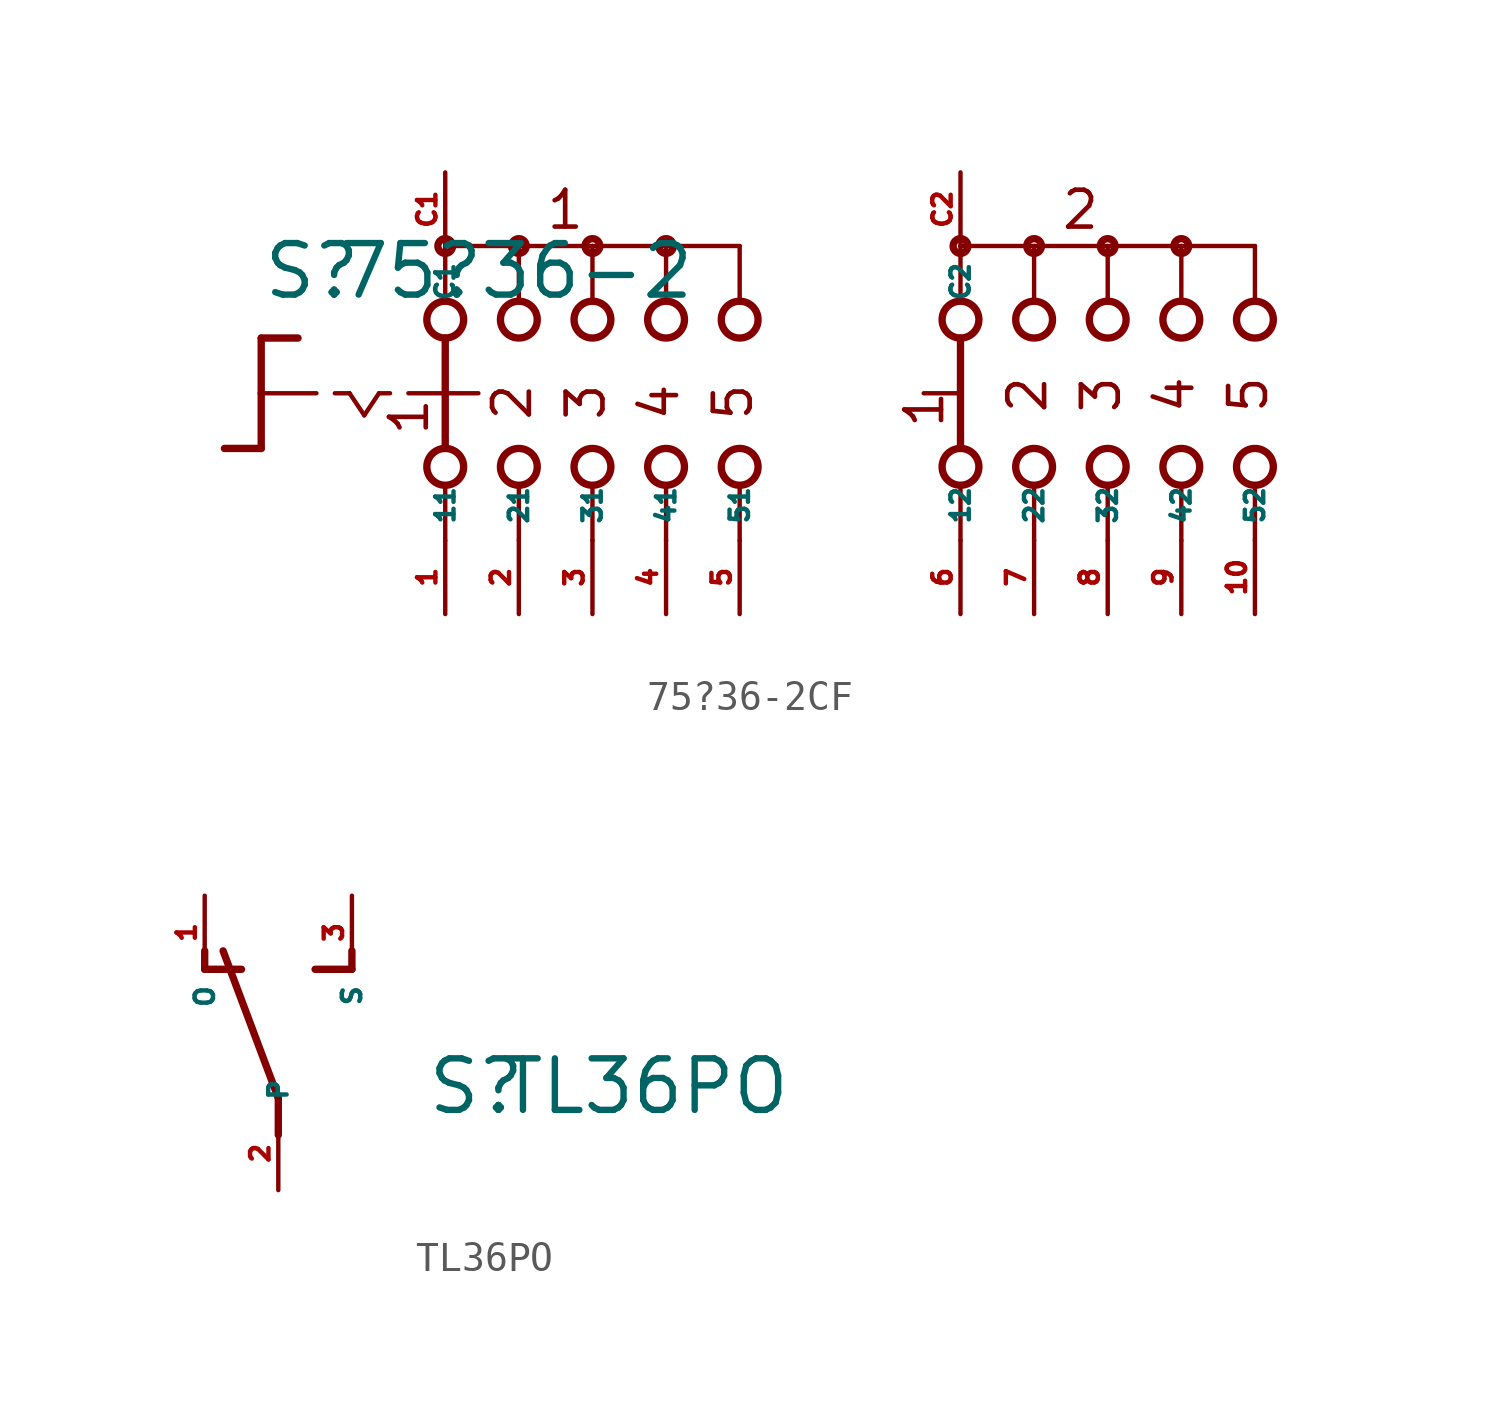
<source format=kicad_sym>
(kicad_symbol_lib
  (version 20220914)
  (generator Eagle2Kicad)
  (symbol "75?36-2CF"
    (property "Reference" "S"
      (at -19.05 3.175 0)
      (effects (font (size 1.778 1.778) (thickness 0.22)) (justify left bottom)))
    (property "Value" "75?36-2"
      (at -16.51 3.175 0)
      (effects (font (size 1.778 1.778) (thickness 0.22)) (justify left bottom)))
    (polyline
      (pts (xy -19.05 1.905) (xy -17.78 1.905))
      (stroke (width 0.254) (type default))
      (fill (type none)))
    (polyline
      (pts (xy -19.05 1.905) (xy -19.05 0))
      (stroke (width 0.254) (type default))
      (fill (type none)))
    (polyline
      (pts (xy -19.05 -1.905) (xy -20.32 -1.905))
      (stroke (width 0.254) (type default))
      (fill (type none)))
    (polyline
      (pts (xy -19.05 0) (xy -17.145 0))
      (stroke (width 0.152) (type default))
      (fill (type none)))
    (polyline
      (pts (xy -19.05 0) (xy -19.05 -1.905))
      (stroke (width 0.254) (type default))
      (fill (type none)))
    (polyline
      (pts (xy -16.51 0) (xy -16.002 0))
      (stroke (width 0.152) (type default))
      (fill (type none)))
    (polyline
      (pts (xy -14.986 0) (xy -14.605 0))
      (stroke (width 0.152) (type default))
      (fill (type none)))
    (polyline
      (pts (xy -16.002 0) (xy -15.494 -0.762))
      (stroke (width 0.152) (type default))
      (fill (type none)))
    (polyline
      (pts (xy -15.494 -0.762) (xy -14.986 0))
      (stroke (width 0.152) (type default))
      (fill (type none)))
    (polyline
      (pts (xy -10.16 3.175) (xy -10.16 5.08))
      (stroke (width 0.152) (type default))
      (fill (type none)))
    (polyline
      (pts (xy -7.62 3.175) (xy -7.62 5.08))
      (stroke (width 0.152) (type default))
      (fill (type none)))
    (polyline
      (pts (xy -5.08 3.175) (xy -5.08 5.08))
      (stroke (width 0.152) (type default))
      (fill (type none)))
    (polyline
      (pts (xy -7.62 5.08) (xy -10.16 5.08))
      (stroke (width 0.152) (type default))
      (fill (type none)))
    (polyline
      (pts (xy -7.62 5.08) (xy -5.08 5.08))
      (stroke (width 0.152) (type default))
      (fill (type none)))
    (polyline
      (pts (xy -2.54 3.175) (xy -2.54 5.08))
      (stroke (width 0.152) (type default))
      (fill (type none)))
    (polyline
      (pts (xy -5.08 5.08) (xy -2.54 5.08))
      (stroke (width 0.152) (type default))
      (fill (type none)))
    (polyline
      (pts (xy -12.7 5.08) (xy -12.7 3.175))
      (stroke (width 0.152) (type default))
      (fill (type none)))
    (polyline
      (pts (xy -10.16 5.08) (xy -12.7 5.08))
      (stroke (width 0.152) (type default))
      (fill (type none)))
    (polyline
      (pts (xy 5.08 3.175) (xy 5.08 5.08))
      (stroke (width 0.152) (type default))
      (fill (type none)))
    (polyline
      (pts (xy 5.08 -5.08) (xy 5.08 -3.175))
      (stroke (width 0.152) (type default))
      (fill (type none)))
    (polyline
      (pts (xy 7.62 3.175) (xy 7.62 5.08))
      (stroke (width 0.152) (type default))
      (fill (type none)))
    (polyline
      (pts (xy 10.16 3.175) (xy 10.16 5.08))
      (stroke (width 0.152) (type default))
      (fill (type none)))
    (polyline
      (pts (xy 12.7 3.175) (xy 12.7 5.08))
      (stroke (width 0.152) (type default))
      (fill (type none)))
    (polyline
      (pts (xy 15.24 3.175) (xy 15.24 5.08))
      (stroke (width 0.152) (type default))
      (fill (type none)))
    (polyline
      (pts (xy 5.08 5.08) (xy 7.62 5.08))
      (stroke (width 0.152) (type default))
      (fill (type none)))
    (polyline
      (pts (xy 7.62 5.08) (xy 10.16 5.08))
      (stroke (width 0.152) (type default))
      (fill (type none)))
    (polyline
      (pts (xy 10.16 5.08) (xy 12.7 5.08))
      (stroke (width 0.152) (type default))
      (fill (type none)))
    (polyline
      (pts (xy 12.7 5.08) (xy 15.24 5.08))
      (stroke (width 0.152) (type default))
      (fill (type none)))
    (polyline
      (pts (xy 7.62 -5.08) (xy 7.62 -3.175))
      (stroke (width 0.152) (type default))
      (fill (type none)))
    (polyline
      (pts (xy 10.16 -5.08) (xy 10.16 -3.175))
      (stroke (width 0.152) (type default))
      (fill (type none)))
    (polyline
      (pts (xy 12.7 -5.08) (xy 12.7 -3.175))
      (stroke (width 0.152) (type default))
      (fill (type none)))
    (polyline
      (pts (xy 15.24 -5.08) (xy 15.24 -3.175))
      (stroke (width 0.152) (type default))
      (fill (type none)))
    (polyline
      (pts (xy 5.08 1.905) (xy 5.08 -1.905))
      (stroke (width 0.254) (type default))
      (fill (type none)))
    (polyline
      (pts (xy 3.81 0) (xy 4.953 0))
      (stroke (width 0.152) (type default))
      (fill (type none)))
    (polyline
      (pts (xy -13.97 0) (xy -12.827 0))
      (stroke (width 0.152) (type default))
      (fill (type none)))
    (polyline
      (pts (xy -10.16 -5.08) (xy -10.16 -3.175))
      (stroke (width 0.152) (type default))
      (fill (type none)))
    (polyline
      (pts (xy -7.62 -5.08) (xy -7.62 -3.175))
      (stroke (width 0.152) (type default))
      (fill (type none)))
    (polyline
      (pts (xy -5.08 -5.08) (xy -5.08 -3.175))
      (stroke (width 0.152) (type default))
      (fill (type none)))
    (polyline
      (pts (xy -2.54 -5.08) (xy -2.54 -3.175))
      (stroke (width 0.152) (type default))
      (fill (type none)))
    (polyline
      (pts (xy -12.7 1.905) (xy -12.7 0))
      (stroke (width 0.254) (type default))
      (fill (type none)))
    (polyline
      (pts (xy -12.7 -3.175) (xy -12.7 -5.08))
      (stroke (width 0.152) (type default))
      (fill (type none)))
    (polyline
      (pts (xy -12.7 0) (xy -11.557 0))
      (stroke (width 0.152) (type default))
      (fill (type none)))
    (polyline
      (pts (xy -12.7 0) (xy -12.7 -1.905))
      (stroke (width 0.254) (type default))
      (fill (type none)))
    (text "2"
      (at 8.128 -0.762 900)
      (effects (font (size 1.27 1.27) (thickness 0.16)) (justify left bottom)))
    (text "3"
      (at 10.668 -0.762 900)
      (effects (font (size 1.27 1.27) (thickness 0.16)) (justify left bottom)))
    (text "4"
      (at 13.208 -0.762 900)
      (effects (font (size 1.27 1.27) (thickness 0.16)) (justify left bottom)))
    (text "5"
      (at 15.748 -0.762 900)
      (effects (font (size 1.27 1.27) (thickness 0.16)) (justify left bottom)))
    (text "1"
      (at 4.572 -1.27 900)
      (effects (font (size 1.27 1.27) (thickness 0.16)) (justify left bottom)))
    (text "1"
      (at -13.208 -1.524 900)
      (effects (font (size 1.27 1.27) (thickness 0.16)) (justify left bottom)))
    (text "2"
      (at -9.652 -1.016 900)
      (effects (font (size 1.27 1.27) (thickness 0.16)) (justify left bottom)))
    (text "3"
      (at -7.112 -1.016 900)
      (effects (font (size 1.27 1.27) (thickness 0.16)) (justify left bottom)))
    (text "4"
      (at -4.572 -1.016 900)
      (effects (font (size 1.27 1.27) (thickness 0.16)) (justify left bottom)))
    (text "5"
      (at -2.032 -1.016 900)
      (effects (font (size 1.27 1.27) (thickness 0.16)) (justify left bottom)))
    (text "1 "
      (at -9.271 5.588 0)
      (effects (font (size 1.27 1.27) (thickness 0.16)) (justify left bottom)))
    (text "2 "
      (at 8.509 5.588 0)
      (effects (font (size 1.27 1.27) (thickness 0.16)) (justify left bottom)))
    (circle
      (center -7.62 5.08)
      (radius 0.254)
      (stroke (width 0.254) (type default))
      (fill (type none)))
    (circle
      (center -5.08 5.08)
      (radius 0.254)
      (stroke (width 0.254) (type default))
      (fill (type none)))
    (circle
      (center -12.7 5.08)
      (radius 0.254)
      (stroke (width 0.254) (type default))
      (fill (type none)))
    (circle
      (center -10.16 5.08)
      (radius 0.254)
      (stroke (width 0.254) (type default))
      (fill (type none)))
    (circle
      (center -12.7 2.54)
      (radius 0.635)
      (stroke (width 0.254) (type default))
      (fill (type none)))
    (circle
      (center -10.16 2.54)
      (radius 0.635)
      (stroke (width 0.254) (type default))
      (fill (type none)))
    (circle
      (center -7.62 2.54)
      (radius 0.635)
      (stroke (width 0.254) (type default))
      (fill (type none)))
    (circle
      (center -5.08 2.54)
      (radius 0.635)
      (stroke (width 0.254) (type default))
      (fill (type none)))
    (circle
      (center -2.54 2.54)
      (radius 0.635)
      (stroke (width 0.254) (type default))
      (fill (type none)))
    (circle
      (center 5.08 5.08)
      (radius 0.254)
      (stroke (width 0.254) (type default))
      (fill (type none)))
    (circle
      (center 5.08 2.54)
      (radius 0.635)
      (stroke (width 0.254) (type default))
      (fill (type none)))
    (circle
      (center 5.08 -2.54)
      (radius 0.635)
      (stroke (width 0.254) (type default))
      (fill (type none)))
    (circle
      (center 7.62 2.54)
      (radius 0.635)
      (stroke (width 0.254) (type default))
      (fill (type none)))
    (circle
      (center 10.16 2.54)
      (radius 0.635)
      (stroke (width 0.254) (type default))
      (fill (type none)))
    (circle
      (center 12.7 2.54)
      (radius 0.635)
      (stroke (width 0.254) (type default))
      (fill (type none)))
    (circle
      (center 15.24 2.54)
      (radius 0.635)
      (stroke (width 0.254) (type default))
      (fill (type none)))
    (circle
      (center 7.62 5.08)
      (radius 0.254)
      (stroke (width 0.254) (type default))
      (fill (type none)))
    (circle
      (center 10.16 5.08)
      (radius 0.254)
      (stroke (width 0.254) (type default))
      (fill (type none)))
    (circle
      (center 12.7 5.08)
      (radius 0.254)
      (stroke (width 0.254) (type default))
      (fill (type none)))
    (circle
      (center 7.62 -2.54)
      (radius 0.635)
      (stroke (width 0.254) (type default))
      (fill (type none)))
    (circle
      (center 10.16 -2.54)
      (radius 0.635)
      (stroke (width 0.254) (type default))
      (fill (type none)))
    (circle
      (center 12.7 -2.54)
      (radius 0.635)
      (stroke (width 0.254) (type default))
      (fill (type none)))
    (circle
      (center 15.24 -2.54)
      (radius 0.635)
      (stroke (width 0.254) (type default))
      (fill (type none)))
    (circle
      (center -12.7 -2.54)
      (radius 0.635)
      (stroke (width 0.254) (type default))
      (fill (type none)))
    (circle
      (center -10.16 -2.54)
      (radius 0.635)
      (stroke (width 0.254) (type default))
      (fill (type none)))
    (circle
      (center -7.62 -2.54)
      (radius 0.635)
      (stroke (width 0.254) (type default))
      (fill (type none)))
    (circle
      (center -5.08 -2.54)
      (radius 0.635)
      (stroke (width 0.254) (type default))
      (fill (type none)))
    (circle
      (center -2.54 -2.54)
      (radius 0.635)
      (stroke (width 0.254) (type default))
      (fill (type none)))
    (pin passive line
      (at -12.7 -7.62 90)
      (length 2.54)
      (name "11" (effects (font (size 0.635 0.635) (thickness 0.08)) (justify left bottom)))
      (number "1" (effects (font (size 0.635 0.635) (thickness 0.08)) (justify left bottom))))
    (pin passive line
      (at -12.7 7.62 270)
      (length 2.54)
      (name "C1" (effects (font (size 0.635 0.635) (thickness 0.08)) (justify left bottom)))
      (number "C1" (effects (font (size 0.635 0.635) (thickness 0.08)) (justify left bottom))))
    (pin passive line
      (at -10.16 -7.62 90)
      (length 2.54)
      (name "21" (effects (font (size 0.635 0.635) (thickness 0.08)) (justify left bottom)))
      (number "2" (effects (font (size 0.635 0.635) (thickness 0.08)) (justify left bottom))))
    (pin passive line
      (at -7.62 -7.62 90)
      (length 2.54)
      (name "31" (effects (font (size 0.635 0.635) (thickness 0.08)) (justify left bottom)))
      (number "3" (effects (font (size 0.635 0.635) (thickness 0.08)) (justify left bottom))))
    (pin passive line
      (at -5.08 -7.62 90)
      (length 2.54)
      (name "41" (effects (font (size 0.635 0.635) (thickness 0.08)) (justify left bottom)))
      (number "4" (effects (font (size 0.635 0.635) (thickness 0.08)) (justify left bottom))))
    (pin passive line
      (at -2.54 -7.62 90)
      (length 2.54)
      (name "51" (effects (font (size 0.635 0.635) (thickness 0.08)) (justify left bottom)))
      (number "5" (effects (font (size 0.635 0.635) (thickness 0.08)) (justify left bottom))))
    (pin passive line
      (at 5.08 -7.62 90)
      (length 2.54)
      (name "12" (effects (font (size 0.635 0.635) (thickness 0.08)) (justify left bottom)))
      (number "6" (effects (font (size 0.635 0.635) (thickness 0.08)) (justify left bottom))))
    (pin passive line
      (at 7.62 -7.62 90)
      (length 2.54)
      (name "22" (effects (font (size 0.635 0.635) (thickness 0.08)) (justify left bottom)))
      (number "7" (effects (font (size 0.635 0.635) (thickness 0.08)) (justify left bottom))))
    (pin passive line
      (at 10.16 -7.62 90)
      (length 2.54)
      (name "32" (effects (font (size 0.635 0.635) (thickness 0.08)) (justify left bottom)))
      (number "8" (effects (font (size 0.635 0.635) (thickness 0.08)) (justify left bottom))))
    (pin passive line
      (at 12.7 -7.62 90)
      (length 2.54)
      (name "42" (effects (font (size 0.635 0.635) (thickness 0.08)) (justify left bottom)))
      (number "9" (effects (font (size 0.635 0.635) (thickness 0.08)) (justify left bottom))))
    (pin passive line
      (at 15.24 -7.62 90)
      (length 2.54)
      (name "52" (effects (font (size 0.635 0.635) (thickness 0.08)) (justify left bottom)))
      (number "10" (effects (font (size 0.635 0.635) (thickness 0.08)) (justify left bottom))))
    (pin passive line
      (at 5.08 7.62 270)
      (length 2.54)
      (name "C2" (effects (font (size 0.635 0.635) (thickness 0.08)) (justify left bottom)))
      (number "C2" (effects (font (size 0.635 0.635) (thickness 0.08)) (justify left bottom)))))
  (symbol "TL36PO"
    (property "Reference" "S"
      (at 5.08 -2.54 0)
      (effects (font (size 1.778 1.778) (thickness 0.22)) (justify left bottom)))
    (property "Value" "TL36PO"
      (at 7.62 -2.54 0)
      (effects (font (size 1.778 1.778) (thickness 0.22)) (justify left bottom)))
    (polyline
      (pts (xy 0 -3.175) (xy 0 -1.905))
      (stroke (width 0.254) (type default))
      (fill (type none)))
    (polyline
      (pts (xy 0 -1.905) (xy -1.905 3.175))
      (stroke (width 0.254) (type default))
      (fill (type none)))
    (polyline
      (pts (xy 1.27 2.54) (xy 2.54 2.54))
      (stroke (width 0.254) (type default))
      (fill (type none)))
    (polyline
      (pts (xy 2.54 2.54) (xy 2.54 3.175))
      (stroke (width 0.254) (type default))
      (fill (type none)))
    (polyline
      (pts (xy -2.54 2.54) (xy -1.27 2.54))
      (stroke (width 0.254) (type default))
      (fill (type none)))
    (polyline
      (pts (xy -2.54 2.54) (xy -2.54 3.175))
      (stroke (width 0.254) (type default))
      (fill (type none)))
    (pin passive line
      (at 0 -5.08 90)
      (length 2.54)
      (name "P" (effects (font (size 0.635 0.635) (thickness 0.08)) (justify left bottom)))
      (number "2" (effects (font (size 0.635 0.635) (thickness 0.08)) (justify left bottom))))
    (pin passive line
      (at 2.54 5.08 270)
      (length 2.54)
      (name "S" (effects (font (size 0.635 0.635) (thickness 0.08)) (justify left bottom)))
      (number "3" (effects (font (size 0.635 0.635) (thickness 0.08)) (justify left bottom))))
    (pin passive line
      (at -2.54 5.08 270)
      (length 2.54)
      (name "O" (effects (font (size 0.635 0.635) (thickness 0.08)) (justify left bottom)))
      (number "1" (effects (font (size 0.635 0.635) (thickness 0.08)) (justify left bottom))))))
</source>
